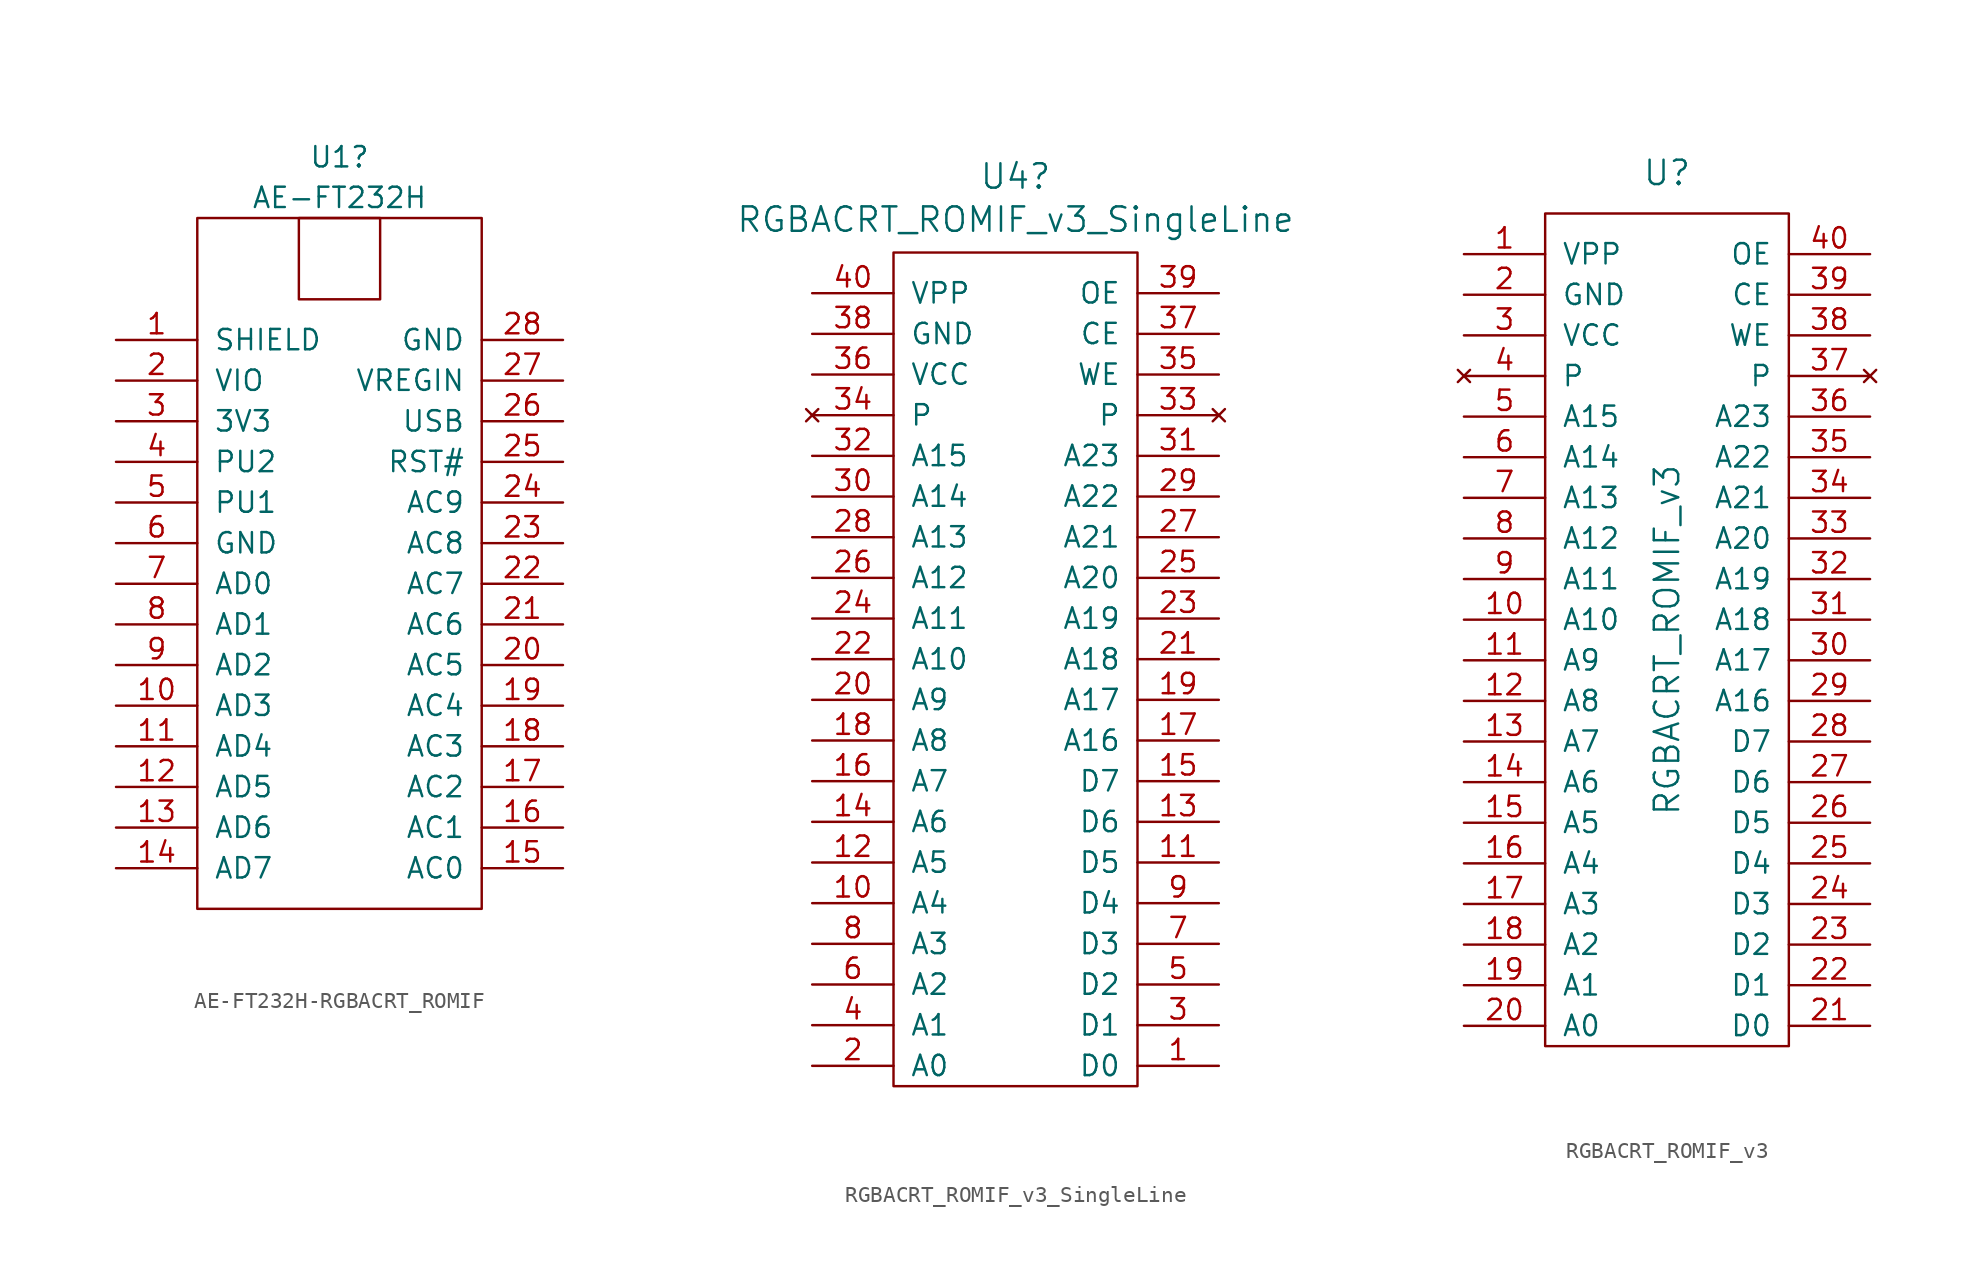
<source format=kicad_sym>
(kicad_symbol_lib
  (version 20220914)
  (generator kicad_symbol_editor)
  (symbol "AE-FT232H-RGBACRT_ROMIF"
    (pin_names
      (offset 1.016))
    (property "Reference" "U1"
      (at 0 27.94 0)
      (effects (font (size 1.27 1.27))))
    (property "Value" "AE-FT232H"
      (at 0 25.4 0)
      (effects (font (size 1.27 1.27))))
    (symbol "AE-FT232H-RGBACRT_ROMIF_0_1"
      (rectangle (start -2.54 24.13) (end 2.54 19.05) (stroke (width 0) (type solid)) (fill (type none)))
      (rectangle (start 8.89 24.13) (end -8.89 -19.05) (stroke (width 0) (type solid)) (fill (type none))))
    (symbol "AE-FT232H-RGBACRT_ROMIF_1_1"
      (pin power_out line (at -13.97 16.51 0) (length 5.08) (name "SHIELD" (effects (font (size 1.27 1.27)))) (number "1" (effects (font (size 1.27 1.27)))))
      (pin bidirectional line (at -13.97 -6.35 0) (length 5.08) (name "AD3" (effects (font (size 1.27 1.27)))) (number "10" (effects (font (size 1.27 1.27)))))
      (pin bidirectional line (at -13.97 -8.89 0) (length 5.08) (name "AD4" (effects (font (size 1.27 1.27)))) (number "11" (effects (font (size 1.27 1.27)))))
      (pin bidirectional line (at -13.97 -11.43 0) (length 5.08) (name "AD5" (effects (font (size 1.27 1.27)))) (number "12" (effects (font (size 1.27 1.27)))))
      (pin bidirectional line (at -13.97 -13.97 0) (length 5.08) (name "AD6" (effects (font (size 1.27 1.27)))) (number "13" (effects (font (size 1.27 1.27)))))
      (pin bidirectional line (at -13.97 -16.51 0) (length 5.08) (name "AD7" (effects (font (size 1.27 1.27)))) (number "14" (effects (font (size 1.27 1.27)))))
      (pin bidirectional line (at 13.97 -16.51 180) (length 5.08) (name "AC0" (effects (font (size 1.27 1.27)))) (number "15" (effects (font (size 1.27 1.27)))))
      (pin bidirectional line (at 13.97 -13.97 180) (length 5.08) (name "AC1" (effects (font (size 1.27 1.27)))) (number "16" (effects (font (size 1.27 1.27)))))
      (pin bidirectional line (at 13.97 -11.43 180) (length 5.08) (name "AC2" (effects (font (size 1.27 1.27)))) (number "17" (effects (font (size 1.27 1.27)))))
      (pin bidirectional line (at 13.97 -8.89 180) (length 5.08) (name "AC3" (effects (font (size 1.27 1.27)))) (number "18" (effects (font (size 1.27 1.27)))))
      (pin bidirectional line (at 13.97 -6.35 180) (length 5.08) (name "AC4" (effects (font (size 1.27 1.27)))) (number "19" (effects (font (size 1.27 1.27)))))
      (pin power_in line (at -13.97 13.97 0) (length 5.08) (name "VIO" (effects (font (size 1.27 1.27)))) (number "2" (effects (font (size 1.27 1.27)))))
      (pin bidirectional line (at 13.97 -3.81 180) (length 5.08) (name "AC5" (effects (font (size 1.27 1.27)))) (number "20" (effects (font (size 1.27 1.27)))))
      (pin bidirectional line (at 13.97 -1.27 180) (length 5.08) (name "AC6" (effects (font (size 1.27 1.27)))) (number "21" (effects (font (size 1.27 1.27)))))
      (pin bidirectional line (at 13.97 1.27 180) (length 5.08) (name "AC7" (effects (font (size 1.27 1.27)))) (number "22" (effects (font (size 1.27 1.27)))))
      (pin bidirectional line (at 13.97 3.81 180) (length 5.08) (name "AC8" (effects (font (size 1.27 1.27)))) (number "23" (effects (font (size 1.27 1.27)))))
      (pin bidirectional line (at 13.97 6.35 180) (length 5.08) (name "AC9" (effects (font (size 1.27 1.27)))) (number "24" (effects (font (size 1.27 1.27)))))
      (pin input line (at 13.97 8.89 180) (length 5.08) (name "RST#" (effects (font (size 1.27 1.27)))) (number "25" (effects (font (size 1.27 1.27)))))
      (pin power_out line (at 13.97 11.43 180) (length 5.08) (name "USB" (effects (font (size 1.27 1.27)))) (number "26" (effects (font (size 1.27 1.27)))))
      (pin power_in line (at 13.97 13.97 180) (length 5.08) (name "VREGIN" (effects (font (size 1.27 1.27)))) (number "27" (effects (font (size 1.27 1.27)))))
      (pin power_out line (at 13.97 16.51 180) (length 5.08) (name "GND" (effects (font (size 1.27 1.27)))) (number "28" (effects (font (size 1.27 1.27)))))
      (pin power_out line (at -13.97 11.43 0) (length 5.08) (name "3V3" (effects (font (size 1.27 1.27)))) (number "3" (effects (font (size 1.27 1.27)))))
      (pin input line (at -13.97 8.89 0) (length 5.08) (name "PU2" (effects (font (size 1.27 1.27)))) (number "4" (effects (font (size 1.27 1.27)))))
      (pin input line (at -13.97 6.35 0) (length 5.08) (name "PU1" (effects (font (size 1.27 1.27)))) (number "5" (effects (font (size 1.27 1.27)))))
      (pin passive line (at -13.97 3.81 0) (length 5.08) (name "GND" (effects (font (size 1.27 1.27)))) (number "6" (effects (font (size 1.27 1.27)))))
      (pin bidirectional line (at -13.97 1.27 0) (length 5.08) (name "AD0" (effects (font (size 1.27 1.27)))) (number "7" (effects (font (size 1.27 1.27)))))
      (pin bidirectional line (at -13.97 -1.27 0) (length 5.08) (name "AD1" (effects (font (size 1.27 1.27)))) (number "8" (effects (font (size 1.27 1.27)))))
      (pin bidirectional line (at -13.97 -3.81 0) (length 5.08) (name "AD2" (effects (font (size 1.27 1.27)))) (number "9" (effects (font (size 1.27 1.27)))))))
  (symbol "RGBACRT_ROMIF_v3_SingleLine"
    (pin_names
      (offset 1.016))
    (property "Reference" "U4"
      (at 0 31.42 0)
      (effects (font (size 1.524 1.524))))
    (property "Value" "RGBACRT_ROMIF_v3_SingleLine"
      (at 0 28.727 0)
      (effects (font (size 1.524 1.524))))
    (property "Datasheet" ""
      (at 0 29.21 0)
      (effects (font (size 1.524 1.524))))
    (symbol "RGBACRT_ROMIF_v3_SingleLine_0_1"
      (rectangle (start -7.62 26.67) (end 7.62 -25.4) (stroke (width 0) (type solid)) (fill (type none))))
    (symbol "RGBACRT_ROMIF_v3_SingleLine_1_1"
      (pin bidirectional line (at 12.7 -24.13 180) (length 5.08) (name "D0" (effects (font (size 1.27 1.27)))) (number "1" (effects (font (size 1.27 1.27)))))
      (pin passive line (at -12.7 -13.97 0) (length 5.08) (name "A4" (effects (font (size 1.27 1.27)))) (number "10" (effects (font (size 1.27 1.27)))))
      (pin bidirectional line (at 12.7 -11.43 180) (length 5.08) (name "D5" (effects (font (size 1.27 1.27)))) (number "11" (effects (font (size 1.27 1.27)))))
      (pin passive line (at -12.7 -11.43 0) (length 5.08) (name "A5" (effects (font (size 1.27 1.27)))) (number "12" (effects (font (size 1.27 1.27)))))
      (pin bidirectional line (at 12.7 -8.89 180) (length 5.08) (name "D6" (effects (font (size 1.27 1.27)))) (number "13" (effects (font (size 1.27 1.27)))))
      (pin passive line (at -12.7 -8.89 0) (length 5.08) (name "A6" (effects (font (size 1.27 1.27)))) (number "14" (effects (font (size 1.27 1.27)))))
      (pin bidirectional line (at 12.7 -6.35 180) (length 5.08) (name "D7" (effects (font (size 1.27 1.27)))) (number "15" (effects (font (size 1.27 1.27)))))
      (pin passive line (at -12.7 -6.35 0) (length 5.08) (name "A7" (effects (font (size 1.27 1.27)))) (number "16" (effects (font (size 1.27 1.27)))))
      (pin passive line (at 12.7 -3.81 180) (length 5.08) (name "A16" (effects (font (size 1.27 1.27)))) (number "17" (effects (font (size 1.27 1.27)))))
      (pin passive line (at -12.7 -3.81 0) (length 5.08) (name "A8" (effects (font (size 1.27 1.27)))) (number "18" (effects (font (size 1.27 1.27)))))
      (pin passive line (at 12.7 -1.27 180) (length 5.08) (name "A17" (effects (font (size 1.27 1.27)))) (number "19" (effects (font (size 1.27 1.27)))))
      (pin passive line (at -12.7 -24.13 0) (length 5.08) (name "A0" (effects (font (size 1.27 1.27)))) (number "2" (effects (font (size 1.27 1.27)))))
      (pin passive line (at -12.7 -1.27 0) (length 5.08) (name "A9" (effects (font (size 1.27 1.27)))) (number "20" (effects (font (size 1.27 1.27)))))
      (pin passive line (at 12.7 1.27 180) (length 5.08) (name "A18" (effects (font (size 1.27 1.27)))) (number "21" (effects (font (size 1.27 1.27)))))
      (pin passive line (at -12.7 1.27 0) (length 5.08) (name "A10" (effects (font (size 1.27 1.27)))) (number "22" (effects (font (size 1.27 1.27)))))
      (pin passive line (at 12.7 3.81 180) (length 5.08) (name "A19" (effects (font (size 1.27 1.27)))) (number "23" (effects (font (size 1.27 1.27)))))
      (pin passive line (at -12.7 3.81 0) (length 5.08) (name "A11" (effects (font (size 1.27 1.27)))) (number "24" (effects (font (size 1.27 1.27)))))
      (pin passive line (at 12.7 6.35 180) (length 5.08) (name "A20" (effects (font (size 1.27 1.27)))) (number "25" (effects (font (size 1.27 1.27)))))
      (pin passive line (at -12.7 6.35 0) (length 5.08) (name "A12" (effects (font (size 1.27 1.27)))) (number "26" (effects (font (size 1.27 1.27)))))
      (pin passive line (at 12.7 8.89 180) (length 5.08) (name "A21" (effects (font (size 1.27 1.27)))) (number "27" (effects (font (size 1.27 1.27)))))
      (pin passive line (at -12.7 8.89 0) (length 5.08) (name "A13" (effects (font (size 1.27 1.27)))) (number "28" (effects (font (size 1.27 1.27)))))
      (pin passive line (at 12.7 11.43 180) (length 5.08) (name "A22" (effects (font (size 1.27 1.27)))) (number "29" (effects (font (size 1.27 1.27)))))
      (pin bidirectional line (at 12.7 -21.59 180) (length 5.08) (name "D1" (effects (font (size 1.27 1.27)))) (number "3" (effects (font (size 1.27 1.27)))))
      (pin passive line (at -12.7 11.43 0) (length 5.08) (name "A14" (effects (font (size 1.27 1.27)))) (number "30" (effects (font (size 1.27 1.27)))))
      (pin passive line (at 12.7 13.97 180) (length 5.08) (name "A23" (effects (font (size 1.27 1.27)))) (number "31" (effects (font (size 1.27 1.27)))))
      (pin passive line (at -12.7 13.97 0) (length 5.08) (name "A15" (effects (font (size 1.27 1.27)))) (number "32" (effects (font (size 1.27 1.27)))))
      (pin no_connect line (at 12.7 16.51 180) (length 5.08) (name "P" (effects (font (size 1.27 1.27)))) (number "33" (effects (font (size 1.27 1.27)))))
      (pin no_connect line (at -12.7 16.51 0) (length 5.08) (name "P" (effects (font (size 1.27 1.27)))) (number "34" (effects (font (size 1.27 1.27)))))
      (pin output line (at 12.7 19.05 180) (length 5.08) (name "WE" (effects (font (size 1.27 1.27)))) (number "35" (effects (font (size 1.27 1.27)))))
      (pin passive line (at -12.7 19.05 0) (length 5.08) (name "VCC" (effects (font (size 1.27 1.27)))) (number "36" (effects (font (size 1.27 1.27)))))
      (pin output line (at 12.7 21.59 180) (length 5.08) (name "CE" (effects (font (size 1.27 1.27)))) (number "37" (effects (font (size 1.27 1.27)))))
      (pin passive line (at -12.7 21.59 0) (length 5.08) (name "GND" (effects (font (size 1.27 1.27)))) (number "38" (effects (font (size 1.27 1.27)))))
      (pin output line (at 12.7 24.13 180) (length 5.08) (name "OE" (effects (font (size 1.27 1.27)))) (number "39" (effects (font (size 1.27 1.27)))))
      (pin passive line (at -12.7 -21.59 0) (length 5.08) (name "A1" (effects (font (size 1.27 1.27)))) (number "4" (effects (font (size 1.27 1.27)))))
      (pin passive line (at -12.7 24.13 0) (length 5.08) (name "VPP" (effects (font (size 1.27 1.27)))) (number "40" (effects (font (size 1.27 1.27)))))
      (pin bidirectional line (at 12.7 -19.05 180) (length 5.08) (name "D2" (effects (font (size 1.27 1.27)))) (number "5" (effects (font (size 1.27 1.27)))))
      (pin passive line (at -12.7 -19.05 0) (length 5.08) (name "A2" (effects (font (size 1.27 1.27)))) (number "6" (effects (font (size 1.27 1.27)))))
      (pin bidirectional line (at 12.7 -16.51 180) (length 5.08) (name "D3" (effects (font (size 1.27 1.27)))) (number "7" (effects (font (size 1.27 1.27)))))
      (pin passive line (at -12.7 -16.51 0) (length 5.08) (name "A3" (effects (font (size 1.27 1.27)))) (number "8" (effects (font (size 1.27 1.27)))))
      (pin bidirectional line (at 12.7 -13.97 180) (length 5.08) (name "D4" (effects (font (size 1.27 1.27)))) (number "9" (effects (font (size 1.27 1.27)))))))
  (symbol "RGBACRT_ROMIF_v3"
    (pin_names
      (offset 1.016))
    (property "Reference" "U"
      (at 0 29.21 0)
      (effects (font (size 1.524 1.524))))
    (property "Value" "RGBACRT_ROMIF_v3"
      (at 0 0 90)
      (effects (font (size 1.524 1.524))))
    (property "Footprint" ""
      (at 0 29.21 0)
      (effects (font (size 1.524 1.524))))
    (property "Datasheet" ""
      (at 0 29.21 0)
      (effects (font (size 1.524 1.524))))
    (symbol "RGBACRT_ROMIF_v3_0_1"
      (rectangle (start -7.62 26.67) (end 7.62 -25.4) (stroke (width 0) (type solid)) (fill (type none))))
    (symbol "RGBACRT_ROMIF_v3_1_1"
      (pin passive line (at -12.7 24.13 0) (length 5.08) (name "VPP" (effects (font (size 1.27 1.27)))) (number "1" (effects (font (size 1.27 1.27)))))
      (pin passive line (at -12.7 1.27 0) (length 5.08) (name "A10" (effects (font (size 1.27 1.27)))) (number "10" (effects (font (size 1.27 1.27)))))
      (pin passive line (at -12.7 -1.27 0) (length 5.08) (name "A9" (effects (font (size 1.27 1.27)))) (number "11" (effects (font (size 1.27 1.27)))))
      (pin passive line (at -12.7 -3.81 0) (length 5.08) (name "A8" (effects (font (size 1.27 1.27)))) (number "12" (effects (font (size 1.27 1.27)))))
      (pin passive line (at -12.7 -6.35 0) (length 5.08) (name "A7" (effects (font (size 1.27 1.27)))) (number "13" (effects (font (size 1.27 1.27)))))
      (pin passive line (at -12.7 -8.89 0) (length 5.08) (name "A6" (effects (font (size 1.27 1.27)))) (number "14" (effects (font (size 1.27 1.27)))))
      (pin passive line (at -12.7 -11.43 0) (length 5.08) (name "A5" (effects (font (size 1.27 1.27)))) (number "15" (effects (font (size 1.27 1.27)))))
      (pin passive line (at -12.7 -13.97 0) (length 5.08) (name "A4" (effects (font (size 1.27 1.27)))) (number "16" (effects (font (size 1.27 1.27)))))
      (pin passive line (at -12.7 -16.51 0) (length 5.08) (name "A3" (effects (font (size 1.27 1.27)))) (number "17" (effects (font (size 1.27 1.27)))))
      (pin passive line (at -12.7 -19.05 0) (length 5.08) (name "A2" (effects (font (size 1.27 1.27)))) (number "18" (effects (font (size 1.27 1.27)))))
      (pin passive line (at -12.7 -21.59 0) (length 5.08) (name "A1" (effects (font (size 1.27 1.27)))) (number "19" (effects (font (size 1.27 1.27)))))
      (pin passive line (at -12.7 21.59 0) (length 5.08) (name "GND" (effects (font (size 1.27 1.27)))) (number "2" (effects (font (size 1.27 1.27)))))
      (pin passive line (at -12.7 -24.13 0) (length 5.08) (name "A0" (effects (font (size 1.27 1.27)))) (number "20" (effects (font (size 1.27 1.27)))))
      (pin bidirectional line (at 12.7 -24.13 180) (length 5.08) (name "D0" (effects (font (size 1.27 1.27)))) (number "21" (effects (font (size 1.27 1.27)))))
      (pin bidirectional line (at 12.7 -21.59 180) (length 5.08) (name "D1" (effects (font (size 1.27 1.27)))) (number "22" (effects (font (size 1.27 1.27)))))
      (pin bidirectional line (at 12.7 -19.05 180) (length 5.08) (name "D2" (effects (font (size 1.27 1.27)))) (number "23" (effects (font (size 1.27 1.27)))))
      (pin bidirectional line (at 12.7 -16.51 180) (length 5.08) (name "D3" (effects (font (size 1.27 1.27)))) (number "24" (effects (font (size 1.27 1.27)))))
      (pin bidirectional line (at 12.7 -13.97 180) (length 5.08) (name "D4" (effects (font (size 1.27 1.27)))) (number "25" (effects (font (size 1.27 1.27)))))
      (pin bidirectional line (at 12.7 -11.43 180) (length 5.08) (name "D5" (effects (font (size 1.27 1.27)))) (number "26" (effects (font (size 1.27 1.27)))))
      (pin bidirectional line (at 12.7 -8.89 180) (length 5.08) (name "D6" (effects (font (size 1.27 1.27)))) (number "27" (effects (font (size 1.27 1.27)))))
      (pin bidirectional line (at 12.7 -6.35 180) (length 5.08) (name "D7" (effects (font (size 1.27 1.27)))) (number "28" (effects (font (size 1.27 1.27)))))
      (pin passive line (at 12.7 -3.81 180) (length 5.08) (name "A16" (effects (font (size 1.27 1.27)))) (number "29" (effects (font (size 1.27 1.27)))))
      (pin passive line (at -12.7 19.05 0) (length 5.08) (name "VCC" (effects (font (size 1.27 1.27)))) (number "3" (effects (font (size 1.27 1.27)))))
      (pin passive line (at 12.7 -1.27 180) (length 5.08) (name "A17" (effects (font (size 1.27 1.27)))) (number "30" (effects (font (size 1.27 1.27)))))
      (pin passive line (at 12.7 1.27 180) (length 5.08) (name "A18" (effects (font (size 1.27 1.27)))) (number "31" (effects (font (size 1.27 1.27)))))
      (pin passive line (at 12.7 3.81 180) (length 5.08) (name "A19" (effects (font (size 1.27 1.27)))) (number "32" (effects (font (size 1.27 1.27)))))
      (pin passive line (at 12.7 6.35 180) (length 5.08) (name "A20" (effects (font (size 1.27 1.27)))) (number "33" (effects (font (size 1.27 1.27)))))
      (pin passive line (at 12.7 8.89 180) (length 5.08) (name "A21" (effects (font (size 1.27 1.27)))) (number "34" (effects (font (size 1.27 1.27)))))
      (pin passive line (at 12.7 11.43 180) (length 5.08) (name "A22" (effects (font (size 1.27 1.27)))) (number "35" (effects (font (size 1.27 1.27)))))
      (pin passive line (at 12.7 13.97 180) (length 5.08) (name "A23" (effects (font (size 1.27 1.27)))) (number "36" (effects (font (size 1.27 1.27)))))
      (pin no_connect line (at 12.7 16.51 180) (length 5.08) (name "P" (effects (font (size 1.27 1.27)))) (number "37" (effects (font (size 1.27 1.27)))))
      (pin output line (at 12.7 19.05 180) (length 5.08) (name "WE" (effects (font (size 1.27 1.27)))) (number "38" (effects (font (size 1.27 1.27)))))
      (pin output line (at 12.7 21.59 180) (length 5.08) (name "CE" (effects (font (size 1.27 1.27)))) (number "39" (effects (font (size 1.27 1.27)))))
      (pin no_connect line (at -12.7 16.51 0) (length 5.08) (name "P" (effects (font (size 1.27 1.27)))) (number "4" (effects (font (size 1.27 1.27)))))
      (pin output line (at 12.7 24.13 180) (length 5.08) (name "OE" (effects (font (size 1.27 1.27)))) (number "40" (effects (font (size 1.27 1.27)))))
      (pin passive line (at -12.7 13.97 0) (length 5.08) (name "A15" (effects (font (size 1.27 1.27)))) (number "5" (effects (font (size 1.27 1.27)))))
      (pin passive line (at -12.7 11.43 0) (length 5.08) (name "A14" (effects (font (size 1.27 1.27)))) (number "6" (effects (font (size 1.27 1.27)))))
      (pin passive line (at -12.7 8.89 0) (length 5.08) (name "A13" (effects (font (size 1.27 1.27)))) (number "7" (effects (font (size 1.27 1.27)))))
      (pin passive line (at -12.7 6.35 0) (length 5.08) (name "A12" (effects (font (size 1.27 1.27)))) (number "8" (effects (font (size 1.27 1.27)))))
      (pin passive line (at -12.7 3.81 0) (length 5.08) (name "A11" (effects (font (size 1.27 1.27)))) (number "9" (effects (font (size 1.27 1.27))))))))
</source>
